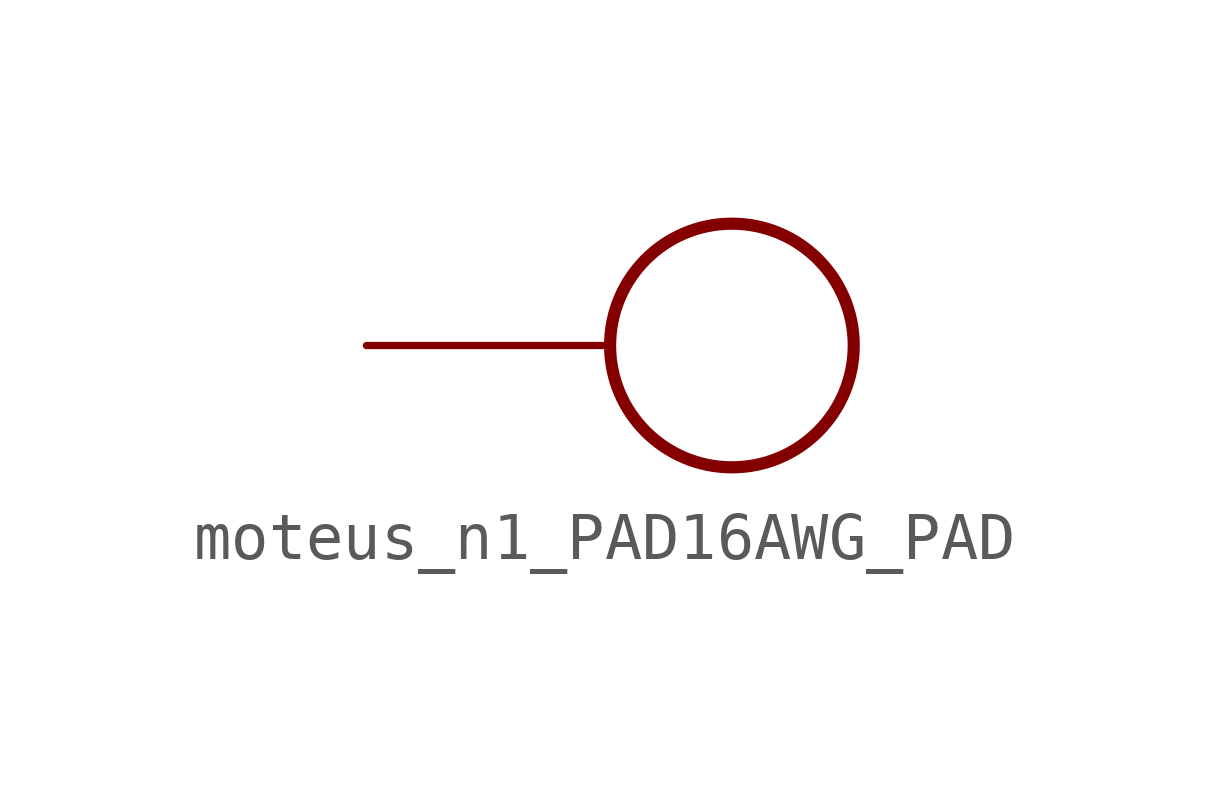
<source format=kicad_sym>
(kicad_symbol_lib
  (version 20231120)
  (generator "kicad_symbol_editor")
  (generator_version "8.0")
  (symbol "moteus_n1_PAD16AWG_PAD"
    (property "Reference" ""
      (at -7.62 5.08 0)
      (effects (font (size 1.676 1.425)) (justify left bottom) (hide yes)))
    (property "ki_locked" ""
      (at 0 0 0)
      (effects (font (size 1.27 1.27))))
    (symbol "moteus_n1_PAD16AWG_PAD_1_0"
      (circle (center 0 0) (radius 2.54) (stroke (width 0.254) (type solid)) (fill (type none)))
      (pin bidirectional line (at -7.62 0 0) (length 5.08) (name "P$1" (effects (font (size 0 0)))) (number "1" (effects (font (size 0 0))))))))
</source>
